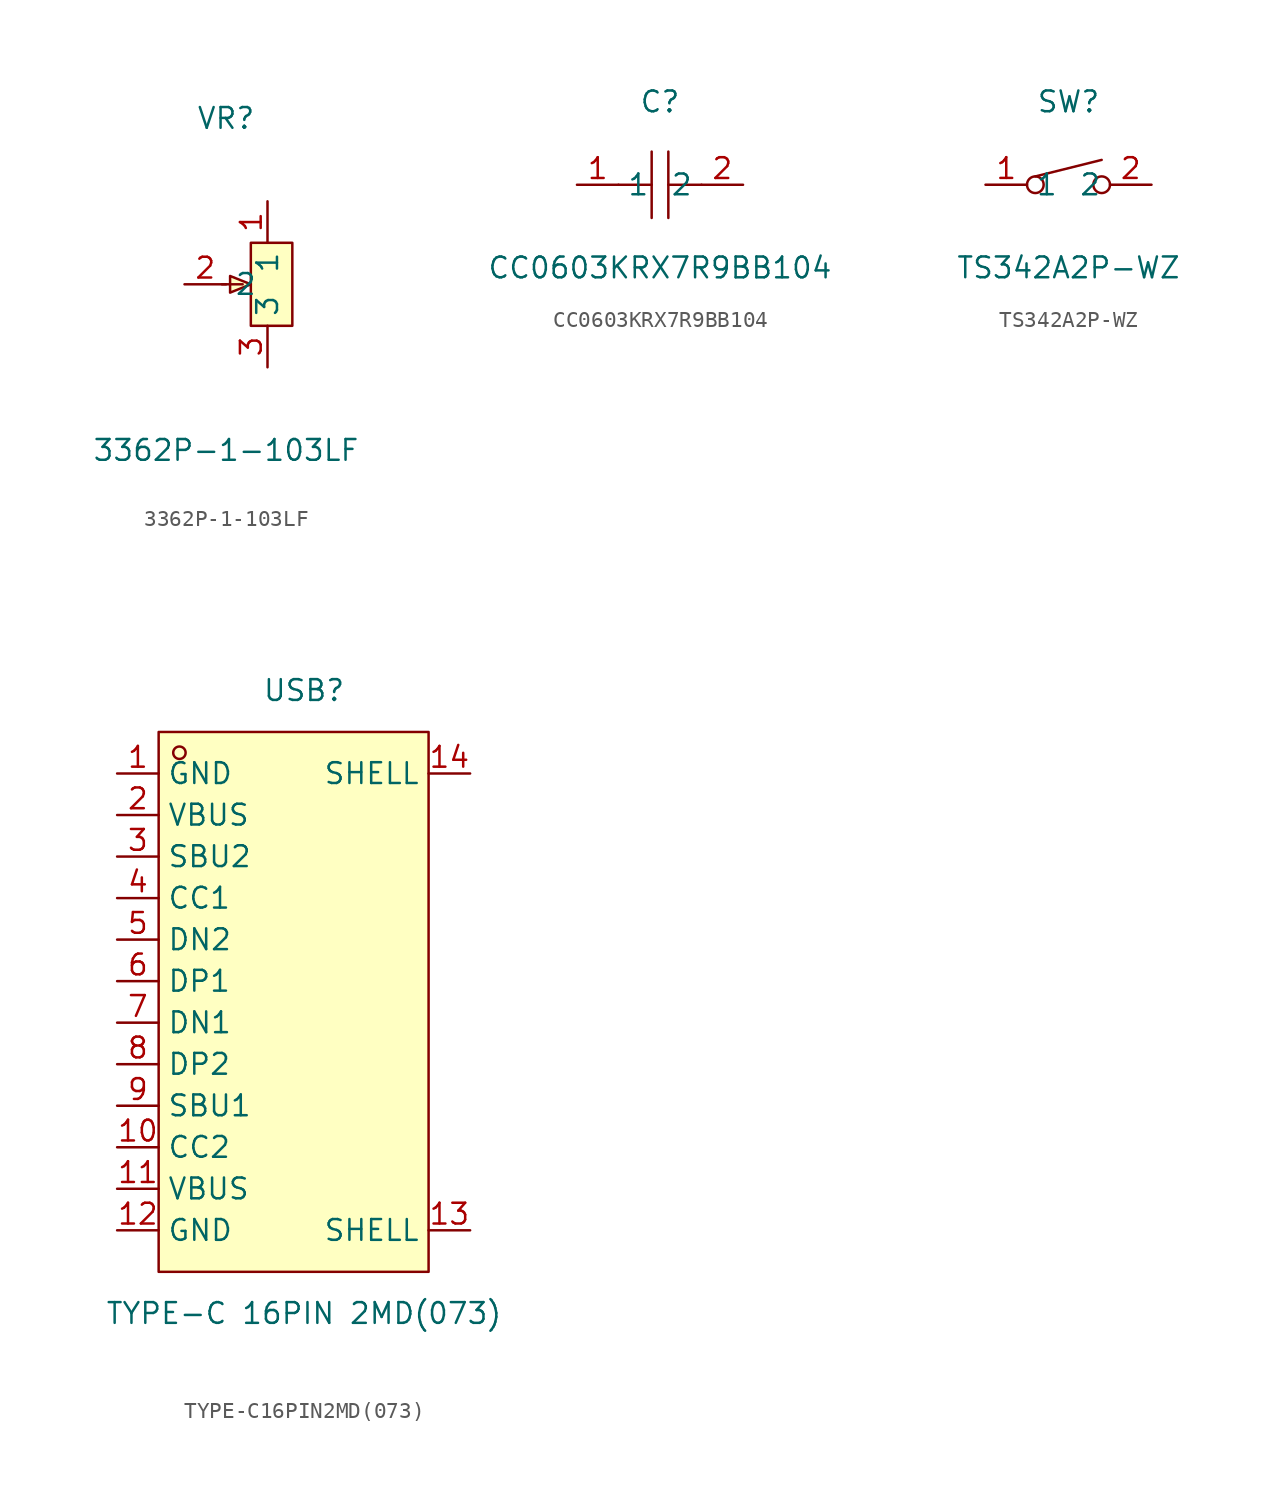
<source format=kicad_sym>
(kicad_symbol_lib
  (version 20241209)
  (generator "kicad_symbol_editor")
  (generator_version "9.0")
  (symbol "3362P-1-103LF"
    (property "Reference" "VR"
      (at 0 10.16 0)
      (effects (font (size 1.27 1.27))))
    (property "Value" "3362P-1-103LF"
      (at 0 -10.16 0)
      (effects (font (size 1.27 1.27))))
    (symbol "3362P-1-103LF_0_1"
      (polyline (pts (xy 1.02 0) (xy -0.25 0)) (stroke (width 0) (type default)) (fill (type none)))
      (polyline (pts (xy 1.52 0) (xy 0.25 -0.51) (xy 0.25 0.51) (xy 1.52 0)) (stroke (width 0) (type default)) (fill (type background)))
      (polyline (pts (xy 1.52 -2.54) (xy 1.52 2.54) (xy 4.06 2.54) (xy 4.06 -2.54) (xy 1.52 -2.54)) (stroke (width 0) (type default)) (fill (type background)))
      (pin output line (at -2.54 0 0) (length 2.54) (name "2" (effects (font (size 1.27 1.27)))) (number "2" (effects (font (size 1.27 1.27)))))
      (pin power_in line (at 2.54 5.08 270) (length 2.54) (name "1" (effects (font (size 1.27 1.27)))) (number "1" (effects (font (size 1.27 1.27)))))
      (pin power_in line (at 2.54 -5.08 90) (length 2.54) (name "3" (effects (font (size 1.27 1.27)))) (number "3" (effects (font (size 1.27 1.27)))))))
  (symbol "CC0603KRX7R9BB104"
    (property "Reference" "C"
      (at 0 5.08 0)
      (effects (font (size 1.27 1.27))))
    (property "Value" "CC0603KRX7R9BB104"
      (at 0 -5.08 0)
      (effects (font (size 1.27 1.27))))
    (symbol "CC0603KRX7R9BB104_0_1"
      (polyline (pts (xy -0.51 0) (xy -2.54 0)) (stroke (width 0) (type default)) (fill (type none)))
      (polyline (pts (xy -0.51 -2.03) (xy -0.51 2.03)) (stroke (width 0) (type default)) (fill (type none)))
      (polyline (pts (xy 0.51 2.03) (xy 0.51 -2.03)) (stroke (width 0) (type default)) (fill (type none)))
      (polyline (pts (xy 2.54 0) (xy 0.51 0)) (stroke (width 0) (type default)) (fill (type none)))
      (pin passive line (at -5.08 0 0) (length 2.54) (name "1" (effects (font (size 1.27 1.27)))) (number "1" (effects (font (size 1.27 1.27)))))
      (pin passive line (at 5.08 0 180) (length 2.54) (name "2" (effects (font (size 1.27 1.27)))) (number "2" (effects (font (size 1.27 1.27)))))))
  (symbol "TS342A2P-WZ"
    (property "Reference" "SW"
      (at 0 5.08 0)
      (effects (font (size 1.27 1.27))))
    (property "Value" "TS342A2P-WZ"
      (at 0 -5.08 0)
      (effects (font (size 1.27 1.27))))
    (symbol "TS342A2P-WZ_0_1"
      (circle (center -2.03 0) (radius 0.51) (stroke (width 0) (type default)) (fill (type none)))
      (polyline (pts (xy 2.03 1.52) (xy -2.03 0.51)) (stroke (width 0) (type default)) (fill (type none)))
      (circle (center 2.03 0) (radius 0.51) (stroke (width 0) (type default)) (fill (type none)))
      (pin power_in line (at -5.08 0 0) (length 2.54) (name "1" (effects (font (size 1.27 1.27)))) (number "1" (effects (font (size 1.27 1.27)))))
      (pin bidirectional line (at 5.08 0 180) (length 2.54) (name "2" (effects (font (size 1.27 1.27)))) (number "2" (effects (font (size 1.27 1.27)))))))
  (symbol "TYPE-C16PIN2MD(073)"
    (property "Reference" "USB"
      (at 0 19.05 0)
      (effects (font (size 1.27 1.27))))
    (property "Value" "TYPE-C 16PIN 2MD(073)"
      (at 0 -19.05 0)
      (effects (font (size 1.27 1.27))))
    (symbol "TYPE-C16PIN2MD(073)_0_1"
      (rectangle (start -8.89 16.51) (end 7.62 -16.51) (stroke (width 0) (type default)) (fill (type background)))
      (circle (center -7.62 15.24) (radius 0.38) (stroke (width 0) (type default)) (fill (type none)))
      (pin passive line (at -11.43 13.97 0) (length 2.54) (name "GND" (effects (font (size 1.27 1.27)))) (number "1" (effects (font (size 1.27 1.27)))))
      (pin power_out line (at -11.43 11.43 0) (length 2.54) (name "VBUS" (effects (font (size 1.27 1.27)))) (number "2" (effects (font (size 1.27 1.27)))))
      (pin passive line (at -11.43 8.89 0) (length 2.54) (name "SBU2" (effects (font (size 1.27 1.27)))) (number "3" (effects (font (size 1.27 1.27)))))
      (pin passive line (at -11.43 6.35 0) (length 2.54) (name "CC1" (effects (font (size 1.27 1.27)))) (number "4" (effects (font (size 1.27 1.27)))))
      (pin passive line (at -11.43 3.81 0) (length 2.54) (name "DN2" (effects (font (size 1.27 1.27)))) (number "5" (effects (font (size 1.27 1.27)))))
      (pin passive line (at -11.43 1.27 0) (length 2.54) (name "DP1" (effects (font (size 1.27 1.27)))) (number "6" (effects (font (size 1.27 1.27)))))
      (pin passive line (at -11.43 -1.27 0) (length 2.54) (name "DN1" (effects (font (size 1.27 1.27)))) (number "7" (effects (font (size 1.27 1.27)))))
      (pin passive line (at -11.43 -3.81 0) (length 2.54) (name "DP2" (effects (font (size 1.27 1.27)))) (number "8" (effects (font (size 1.27 1.27)))))
      (pin passive line (at -11.43 -6.35 0) (length 2.54) (name "SBU1" (effects (font (size 1.27 1.27)))) (number "9" (effects (font (size 1.27 1.27)))))
      (pin passive line (at -11.43 -8.89 0) (length 2.54) (name "CC2" (effects (font (size 1.27 1.27)))) (number "10" (effects (font (size 1.27 1.27)))))
      (pin passive line (at -11.43 -11.43 0) (length 2.54) (name "VBUS" (effects (font (size 1.27 1.27)))) (number "11" (effects (font (size 1.27 1.27)))))
      (pin passive line (at -11.43 -13.97 0) (length 2.54) (name "GND" (effects (font (size 1.27 1.27)))) (number "12" (effects (font (size 1.27 1.27)))))
      (pin passive line (at 10.16 13.97 180) (length 2.54) (name "SHELL" (effects (font (size 1.27 1.27)))) (number "14" (effects (font (size 1.27 1.27)))))
      (pin passive line (at 10.16 -13.97 180) (length 2.54) (name "SHELL" (effects (font (size 1.27 1.27)))) (number "13" (effects (font (size 1.27 1.27))))))))
</source>
